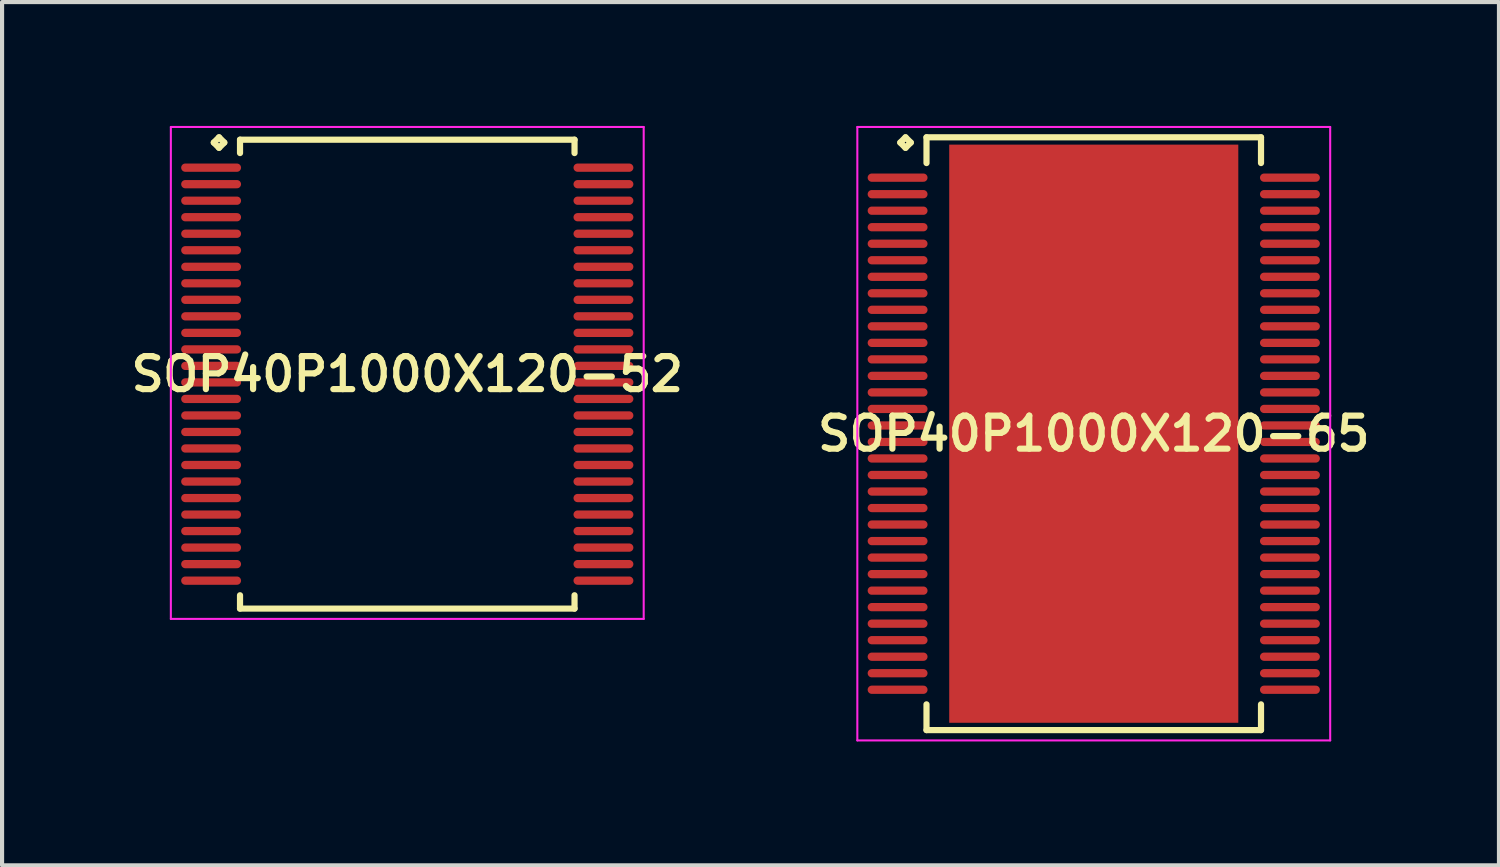
<source format=kicad_pcb>
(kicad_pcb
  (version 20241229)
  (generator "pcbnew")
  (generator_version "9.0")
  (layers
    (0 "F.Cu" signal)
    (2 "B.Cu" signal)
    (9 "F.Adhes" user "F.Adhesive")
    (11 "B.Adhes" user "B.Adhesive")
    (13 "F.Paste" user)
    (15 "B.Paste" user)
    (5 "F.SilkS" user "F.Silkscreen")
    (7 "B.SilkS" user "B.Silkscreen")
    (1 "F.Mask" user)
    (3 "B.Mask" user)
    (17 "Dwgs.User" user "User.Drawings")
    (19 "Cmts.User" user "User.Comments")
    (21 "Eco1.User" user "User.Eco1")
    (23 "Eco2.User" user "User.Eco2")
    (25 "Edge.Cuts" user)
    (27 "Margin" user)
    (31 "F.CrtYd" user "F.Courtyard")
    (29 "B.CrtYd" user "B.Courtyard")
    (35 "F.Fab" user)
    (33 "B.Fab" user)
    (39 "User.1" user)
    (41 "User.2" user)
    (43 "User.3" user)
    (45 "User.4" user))
  (footprint "SOP40P1000X120-65"
    (layer "F.Cu")
    (at 23.435 7.452)
    (property "Reference" "SOP40P1000X120-65" (at 0 0 0) (layer "F.SilkS") (effects (font (size 0.8 0.8) (thickness 0.15))))
    (attr smd)
    (fp_line (start -4.685 -7.05) (end -4.558 -7.177) (stroke (width 0.15) (type solid)) (layer "F.SilkS"))
    (fp_line (start -4.558 -7.177) (end -4.431 -7.05) (stroke (width 0.15) (type solid)) (layer "F.SilkS"))
    (fp_line (start -4.558 -6.923) (end -4.685 -7.05) (stroke (width 0.15) (type solid)) (layer "F.SilkS"))
    (fp_line (start -4.431 -7.05) (end -4.558 -6.923) (stroke (width 0.15) (type solid)) (layer "F.SilkS"))
    (fp_line (start -4.05 -7.177) (end 4.05 -7.177) (stroke (width 0.15) (type solid)) (layer "F.SilkS"))
    (fp_line (start -4.05 -6.554) (end -4.05 -7.177) (stroke (width 0.15) (type solid)) (layer "F.SilkS"))
    (fp_line (start -4.05 6.554) (end -4.05 7.177) (stroke (width 0.15) (type solid)) (layer "F.SilkS"))
    (fp_line (start -4.05 7.177) (end 4.05 7.177) (stroke (width 0.15) (type solid)) (layer "F.SilkS"))
    (fp_line (start 4.05 -7.177) (end 4.05 -6.554) (stroke (width 0.15) (type solid)) (layer "F.SilkS"))
    (fp_line (start 4.05 7.177) (end 4.05 6.554) (stroke (width 0.15) (type solid)) (layer "F.SilkS"))
    (fp_line (start -5.725 -7.427) (end 5.725 -7.427) (stroke (width 0.05) (type solid)) (layer "F.CrtYd"))
    (fp_line (start -5.725 7.427) (end -5.725 -7.427) (stroke (width 0.05) (type solid)) (layer "F.CrtYd"))
    (fp_line (start 5.725 -7.427) (end 5.725 7.427) (stroke (width 0.05) (type solid)) (layer "F.CrtYd"))
    (fp_line (start 5.725 7.427) (end -5.725 7.427) (stroke (width 0.05) (type solid)) (layer "F.CrtYd"))
    (pad "1" smd oval (at -4.75 -6.2) (size 1.45 0.2) (layers "F.Cu" "F.Mask" "F.Paste"))
    (pad "2" smd oval (at -4.75 -5.8) (size 1.45 0.2) (layers "F.Cu" "F.Mask" "F.Paste"))
    (pad "3" smd oval (at -4.75 -5.4) (size 1.45 0.2) (layers "F.Cu" "F.Mask" "F.Paste"))
    (pad "4" smd oval (at -4.75 -5) (size 1.45 0.2) (layers "F.Cu" "F.Mask" "F.Paste"))
    (pad "5" smd oval (at -4.75 -4.6) (size 1.45 0.2) (layers "F.Cu" "F.Mask" "F.Paste"))
    (pad "6" smd oval (at -4.75 -4.2) (size 1.45 0.2) (layers "F.Cu" "F.Mask" "F.Paste"))
    (pad "7" smd oval (at -4.75 -3.8) (size 1.45 0.2) (layers "F.Cu" "F.Mask" "F.Paste"))
    (pad "8" smd oval (at -4.75 -3.4) (size 1.45 0.2) (layers "F.Cu" "F.Mask" "F.Paste"))
    (pad "9" smd oval (at -4.75 -3) (size 1.45 0.2) (layers "F.Cu" "F.Mask" "F.Paste"))
    (pad "10" smd oval (at -4.75 -2.6) (size 1.45 0.2) (layers "F.Cu" "F.Mask" "F.Paste"))
    (pad "11" smd oval (at -4.75 -2.2) (size 1.45 0.2) (layers "F.Cu" "F.Mask" "F.Paste"))
    (pad "12" smd oval (at -4.75 -1.8) (size 1.45 0.2) (layers "F.Cu" "F.Mask" "F.Paste"))
    (pad "13" smd oval (at -4.75 -1.4) (size 1.45 0.2) (layers "F.Cu" "F.Mask" "F.Paste"))
    (pad "14" smd oval (at -4.75 -1) (size 1.45 0.2) (layers "F.Cu" "F.Mask" "F.Paste"))
    (pad "15" smd oval (at -4.75 -0.6) (size 1.45 0.2) (layers "F.Cu" "F.Mask" "F.Paste"))
    (pad "16" smd oval (at -4.75 -0.2) (size 1.45 0.2) (layers "F.Cu" "F.Mask" "F.Paste"))
    (pad "17" smd oval (at -4.75 0.2) (size 1.45 0.2) (layers "F.Cu" "F.Mask" "F.Paste"))
    (pad "18" smd oval (at -4.75 0.6) (size 1.45 0.2) (layers "F.Cu" "F.Mask" "F.Paste"))
    (pad "19" smd oval (at -4.75 1) (size 1.45 0.2) (layers "F.Cu" "F.Mask" "F.Paste"))
    (pad "20" smd oval (at -4.75 1.4) (size 1.45 0.2) (layers "F.Cu" "F.Mask" "F.Paste"))
    (pad "21" smd oval (at -4.75 1.8) (size 1.45 0.2) (layers "F.Cu" "F.Mask" "F.Paste"))
    (pad "22" smd oval (at -4.75 2.2) (size 1.45 0.2) (layers "F.Cu" "F.Mask" "F.Paste"))
    (pad "23" smd oval (at -4.75 2.6) (size 1.45 0.2) (layers "F.Cu" "F.Mask" "F.Paste"))
    (pad "24" smd oval (at -4.75 3) (size 1.45 0.2) (layers "F.Cu" "F.Mask" "F.Paste"))
    (pad "25" smd oval (at -4.75 3.4) (size 1.45 0.2) (layers "F.Cu" "F.Mask" "F.Paste"))
    (pad "26" smd oval (at -4.75 3.8) (size 1.45 0.2) (layers "F.Cu" "F.Mask" "F.Paste"))
    (pad "27" smd oval (at -4.75 4.2) (size 1.45 0.2) (layers "F.Cu" "F.Mask" "F.Paste"))
    (pad "28" smd oval (at -4.75 4.6) (size 1.45 0.2) (layers "F.Cu" "F.Mask" "F.Paste"))
    (pad "29" smd oval (at -4.75 5) (size 1.45 0.2) (layers "F.Cu" "F.Mask" "F.Paste"))
    (pad "30" smd oval (at -4.75 5.4) (size 1.45 0.2) (layers "F.Cu" "F.Mask" "F.Paste"))
    (pad "31" smd oval (at -4.75 5.8) (size 1.45 0.2) (layers "F.Cu" "F.Mask" "F.Paste"))
    (pad "32" smd oval (at -4.75 6.2) (size 1.45 0.2) (layers "F.Cu" "F.Mask" "F.Paste"))
    (pad "33" smd oval (at 4.75 6.2) (size 1.45 0.2) (layers "F.Cu" "F.Mask" "F.Paste"))
    (pad "34" smd oval (at 4.75 5.8) (size 1.45 0.2) (layers "F.Cu" "F.Mask" "F.Paste"))
    (pad "35" smd oval (at 4.75 5.4) (size 1.45 0.2) (layers "F.Cu" "F.Mask" "F.Paste"))
    (pad "36" smd oval (at 4.75 5) (size 1.45 0.2) (layers "F.Cu" "F.Mask" "F.Paste"))
    (pad "37" smd oval (at 4.75 4.6) (size 1.45 0.2) (layers "F.Cu" "F.Mask" "F.Paste"))
    (pad "38" smd oval (at 4.75 4.2) (size 1.45 0.2) (layers "F.Cu" "F.Mask" "F.Paste"))
    (pad "39" smd oval (at 4.75 3.8) (size 1.45 0.2) (layers "F.Cu" "F.Mask" "F.Paste"))
    (pad "40" smd oval (at 4.75 3.4) (size 1.45 0.2) (layers "F.Cu" "F.Mask" "F.Paste"))
    (pad "41" smd oval (at 4.75 3) (size 1.45 0.2) (layers "F.Cu" "F.Mask" "F.Paste"))
    (pad "42" smd oval (at 4.75 2.6) (size 1.45 0.2) (layers "F.Cu" "F.Mask" "F.Paste"))
    (pad "43" smd oval (at 4.75 2.2) (size 1.45 0.2) (layers "F.Cu" "F.Mask" "F.Paste"))
    (pad "44" smd oval (at 4.75 1.8) (size 1.45 0.2) (layers "F.Cu" "F.Mask" "F.Paste"))
    (pad "45" smd oval (at 4.75 1.4) (size 1.45 0.2) (layers "F.Cu" "F.Mask" "F.Paste"))
    (pad "46" smd oval (at 4.75 1) (size 1.45 0.2) (layers "F.Cu" "F.Mask" "F.Paste"))
    (pad "47" smd oval (at 4.75 0.6) (size 1.45 0.2) (layers "F.Cu" "F.Mask" "F.Paste"))
    (pad "48" smd oval (at 4.75 0.2) (size 1.45 0.2) (layers "F.Cu" "F.Mask" "F.Paste"))
    (pad "49" smd oval (at 4.75 -0.2) (size 1.45 0.2) (layers "F.Cu" "F.Mask" "F.Paste"))
    (pad "50" smd oval (at 4.75 -0.6) (size 1.45 0.2) (layers "F.Cu" "F.Mask" "F.Paste"))
    (pad "51" smd oval (at 4.75 -1) (size 1.45 0.2) (layers "F.Cu" "F.Mask" "F.Paste"))
    (pad "52" smd oval (at 4.75 -1.4) (size 1.45 0.2) (layers "F.Cu" "F.Mask" "F.Paste"))
    (pad "53" smd oval (at 4.75 -1.8) (size 1.45 0.2) (layers "F.Cu" "F.Mask" "F.Paste"))
    (pad "54" smd oval (at 4.75 -2.2) (size 1.45 0.2) (layers "F.Cu" "F.Mask" "F.Paste"))
    (pad "55" smd oval (at 4.75 -2.6) (size 1.45 0.2) (layers "F.Cu" "F.Mask" "F.Paste"))
    (pad "56" smd oval (at 4.75 -3) (size 1.45 0.2) (layers "F.Cu" "F.Mask" "F.Paste"))
    (pad "57" smd oval (at 4.75 -3.4) (size 1.45 0.2) (layers "F.Cu" "F.Mask" "F.Paste"))
    (pad "58" smd oval (at 4.75 -3.8) (size 1.45 0.2) (layers "F.Cu" "F.Mask" "F.Paste"))
    (pad "59" smd oval (at 4.75 -4.2) (size 1.45 0.2) (layers "F.Cu" "F.Mask" "F.Paste"))
    (pad "60" smd oval (at 4.75 -4.6) (size 1.45 0.2) (layers "F.Cu" "F.Mask" "F.Paste"))
    (pad "61" smd oval (at 4.75 -5) (size 1.45 0.2) (layers "F.Cu" "F.Mask" "F.Paste"))
    (pad "62" smd oval (at 4.75 -5.4) (size 1.45 0.2) (layers "F.Cu" "F.Mask" "F.Paste"))
    (pad "63" smd oval (at 4.75 -5.8) (size 1.45 0.2) (layers "F.Cu" "F.Mask" "F.Paste"))
    (pad "64" smd oval (at 4.75 -6.2) (size 1.45 0.2) (layers "F.Cu" "F.Mask" "F.Paste"))
    (pad "65" smd rect (at 0 0) (size 7 14) (layers "F.Cu" "F.Mask" "F.Paste")))
  (footprint "SOP40P1000X120-52"
    (layer "F.Cu")
    (at 6.812 6.01)
    (property "Reference" "SOP40P1000X120-52" (at 0 0 0) (layer "F.SilkS") (effects (font (size 0.8 0.8) (thickness 0.15))))
    (attr smd)
    (fp_line (start -4.685 -5.608) (end -4.558 -5.735) (stroke (width 0.15) (type solid)) (layer "F.SilkS"))
    (fp_line (start -4.558 -5.735) (end -4.431 -5.608) (stroke (width 0.15) (type solid)) (layer "F.SilkS"))
    (fp_line (start -4.558 -5.481) (end -4.685 -5.608) (stroke (width 0.15) (type solid)) (layer "F.SilkS"))
    (fp_line (start -4.431 -5.608) (end -4.558 -5.481) (stroke (width 0.15) (type solid)) (layer "F.SilkS"))
    (fp_line (start -4.05 -5.677) (end 4.05 -5.677) (stroke (width 0.15) (type solid)) (layer "F.SilkS"))
    (fp_line (start -4.05 -5.354) (end -4.05 -5.677) (stroke (width 0.15) (type solid)) (layer "F.SilkS"))
    (fp_line (start -4.05 5.354) (end -4.05 5.677) (stroke (width 0.15) (type solid)) (layer "F.SilkS"))
    (fp_line (start -4.05 5.677) (end 4.05 5.677) (stroke (width 0.15) (type solid)) (layer "F.SilkS"))
    (fp_line (start 4.05 -5.677) (end 4.05 -5.354) (stroke (width 0.15) (type solid)) (layer "F.SilkS"))
    (fp_line (start 4.05 5.677) (end 4.05 5.354) (stroke (width 0.15) (type solid)) (layer "F.SilkS"))
    (fp_line (start -5.725 -5.985) (end 5.725 -5.985) (stroke (width 0.05) (type solid)) (layer "F.CrtYd"))
    (fp_line (start -5.725 5.927) (end -5.725 -5.985) (stroke (width 0.05) (type solid)) (layer "F.CrtYd"))
    (fp_line (start 5.725 -5.985) (end 5.725 5.927) (stroke (width 0.05) (type solid)) (layer "F.CrtYd"))
    (fp_line (start 5.725 5.927) (end -5.725 5.927) (stroke (width 0.05) (type solid)) (layer "F.CrtYd"))
    (pad "1" smd oval (at -4.75 -5) (size 1.45 0.2) (layers "F.Cu" "F.Mask" "F.Paste"))
    (pad "2" smd oval (at -4.75 -4.6) (size 1.45 0.2) (layers "F.Cu" "F.Mask" "F.Paste"))
    (pad "3" smd oval (at -4.75 -4.2) (size 1.45 0.2) (layers "F.Cu" "F.Mask" "F.Paste"))
    (pad "4" smd oval (at -4.75 -3.8) (size 1.45 0.2) (layers "F.Cu" "F.Mask" "F.Paste"))
    (pad "5" smd oval (at -4.75 -3.4) (size 1.45 0.2) (layers "F.Cu" "F.Mask" "F.Paste"))
    (pad "6" smd oval (at -4.75 -3) (size 1.45 0.2) (layers "F.Cu" "F.Mask" "F.Paste"))
    (pad "7" smd oval (at -4.75 -2.6) (size 1.45 0.2) (layers "F.Cu" "F.Mask" "F.Paste"))
    (pad "8" smd oval (at -4.75 -2.2) (size 1.45 0.2) (layers "F.Cu" "F.Mask" "F.Paste"))
    (pad "9" smd oval (at -4.75 -1.8) (size 1.45 0.2) (layers "F.Cu" "F.Mask" "F.Paste"))
    (pad "10" smd oval (at -4.75 -1.4) (size 1.45 0.2) (layers "F.Cu" "F.Mask" "F.Paste"))
    (pad "11" smd oval (at -4.75 -1) (size 1.45 0.2) (layers "F.Cu" "F.Mask" "F.Paste"))
    (pad "12" smd oval (at -4.75 -0.6) (size 1.45 0.2) (layers "F.Cu" "F.Mask" "F.Paste"))
    (pad "13" smd oval (at -4.75 -0.2) (size 1.45 0.2) (layers "F.Cu" "F.Mask" "F.Paste"))
    (pad "14" smd oval (at -4.75 0.2) (size 1.45 0.2) (layers "F.Cu" "F.Mask" "F.Paste"))
    (pad "15" smd oval (at -4.75 0.6) (size 1.45 0.2) (layers "F.Cu" "F.Mask" "F.Paste"))
    (pad "16" smd oval (at -4.75 1) (size 1.45 0.2) (layers "F.Cu" "F.Mask" "F.Paste"))
    (pad "17" smd oval (at -4.75 1.4) (size 1.45 0.2) (layers "F.Cu" "F.Mask" "F.Paste"))
    (pad "18" smd oval (at -4.75 1.8) (size 1.45 0.2) (layers "F.Cu" "F.Mask" "F.Paste"))
    (pad "19" smd oval (at -4.75 2.2) (size 1.45 0.2) (layers "F.Cu" "F.Mask" "F.Paste"))
    (pad "20" smd oval (at -4.75 2.6) (size 1.45 0.2) (layers "F.Cu" "F.Mask" "F.Paste"))
    (pad "21" smd oval (at -4.75 3) (size 1.45 0.2) (layers "F.Cu" "F.Mask" "F.Paste"))
    (pad "22" smd oval (at -4.75 3.4) (size 1.45 0.2) (layers "F.Cu" "F.Mask" "F.Paste"))
    (pad "23" smd oval (at -4.75 3.8) (size 1.45 0.2) (layers "F.Cu" "F.Mask" "F.Paste"))
    (pad "24" smd oval (at -4.75 4.2) (size 1.45 0.2) (layers "F.Cu" "F.Mask" "F.Paste"))
    (pad "25" smd oval (at -4.75 4.6) (size 1.45 0.2) (layers "F.Cu" "F.Mask" "F.Paste"))
    (pad "26" smd oval (at -4.75 5) (size 1.45 0.2) (layers "F.Cu" "F.Mask" "F.Paste"))
    (pad "27" smd oval (at 4.75 5) (size 1.45 0.2) (layers "F.Cu" "F.Mask" "F.Paste"))
    (pad "28" smd oval (at 4.75 4.6) (size 1.45 0.2) (layers "F.Cu" "F.Mask" "F.Paste"))
    (pad "29" smd oval (at 4.75 4.2) (size 1.45 0.2) (layers "F.Cu" "F.Mask" "F.Paste"))
    (pad "30" smd oval (at 4.75 3.8) (size 1.45 0.2) (layers "F.Cu" "F.Mask" "F.Paste"))
    (pad "31" smd oval (at 4.75 3.4) (size 1.45 0.2) (layers "F.Cu" "F.Mask" "F.Paste"))
    (pad "32" smd oval (at 4.75 3) (size 1.45 0.2) (layers "F.Cu" "F.Mask" "F.Paste"))
    (pad "33" smd oval (at 4.75 2.6) (size 1.45 0.2) (layers "F.Cu" "F.Mask" "F.Paste"))
    (pad "34" smd oval (at 4.75 2.2) (size 1.45 0.2) (layers "F.Cu" "F.Mask" "F.Paste"))
    (pad "35" smd oval (at 4.75 1.8) (size 1.45 0.2) (layers "F.Cu" "F.Mask" "F.Paste"))
    (pad "36" smd oval (at 4.75 1.4) (size 1.45 0.2) (layers "F.Cu" "F.Mask" "F.Paste"))
    (pad "37" smd oval (at 4.75 1) (size 1.45 0.2) (layers "F.Cu" "F.Mask" "F.Paste"))
    (pad "38" smd oval (at 4.75 0.6) (size 1.45 0.2) (layers "F.Cu" "F.Mask" "F.Paste"))
    (pad "39" smd oval (at 4.75 0.2) (size 1.45 0.2) (layers "F.Cu" "F.Mask" "F.Paste"))
    (pad "40" smd oval (at 4.75 -0.2) (size 1.45 0.2) (layers "F.Cu" "F.Mask" "F.Paste"))
    (pad "41" smd oval (at 4.75 -0.6) (size 1.45 0.2) (layers "F.Cu" "F.Mask" "F.Paste"))
    (pad "42" smd oval (at 4.75 -1) (size 1.45 0.2) (layers "F.Cu" "F.Mask" "F.Paste"))
    (pad "43" smd oval (at 4.75 -1.4) (size 1.45 0.2) (layers "F.Cu" "F.Mask" "F.Paste"))
    (pad "44" smd oval (at 4.75 -1.8) (size 1.45 0.2) (layers "F.Cu" "F.Mask" "F.Paste"))
    (pad "45" smd oval (at 4.75 -2.2) (size 1.45 0.2) (layers "F.Cu" "F.Mask" "F.Paste"))
    (pad "46" smd oval (at 4.75 -2.6) (size 1.45 0.2) (layers "F.Cu" "F.Mask" "F.Paste"))
    (pad "47" smd oval (at 4.75 -3) (size 1.45 0.2) (layers "F.Cu" "F.Mask" "F.Paste"))
    (pad "48" smd oval (at 4.75 -3.4) (size 1.45 0.2) (layers "F.Cu" "F.Mask" "F.Paste"))
    (pad "49" smd oval (at 4.75 -3.8) (size 1.45 0.2) (layers "F.Cu" "F.Mask" "F.Paste"))
    (pad "50" smd oval (at 4.75 -4.2) (size 1.45 0.2) (layers "F.Cu" "F.Mask" "F.Paste"))
    (pad "51" smd oval (at 4.75 -4.6) (size 1.45 0.2) (layers "F.Cu" "F.Mask" "F.Paste"))
    (pad "52" smd oval (at 4.75 -5) (size 1.45 0.2) (layers "F.Cu" "F.Mask" "F.Paste")))
  (gr_rect
    (start -3 -3)
    (end 33.247 17.904)
    (stroke (width 0.1) (type default))
    (fill no)
    (layer "Edge.Cuts")))
</source>
